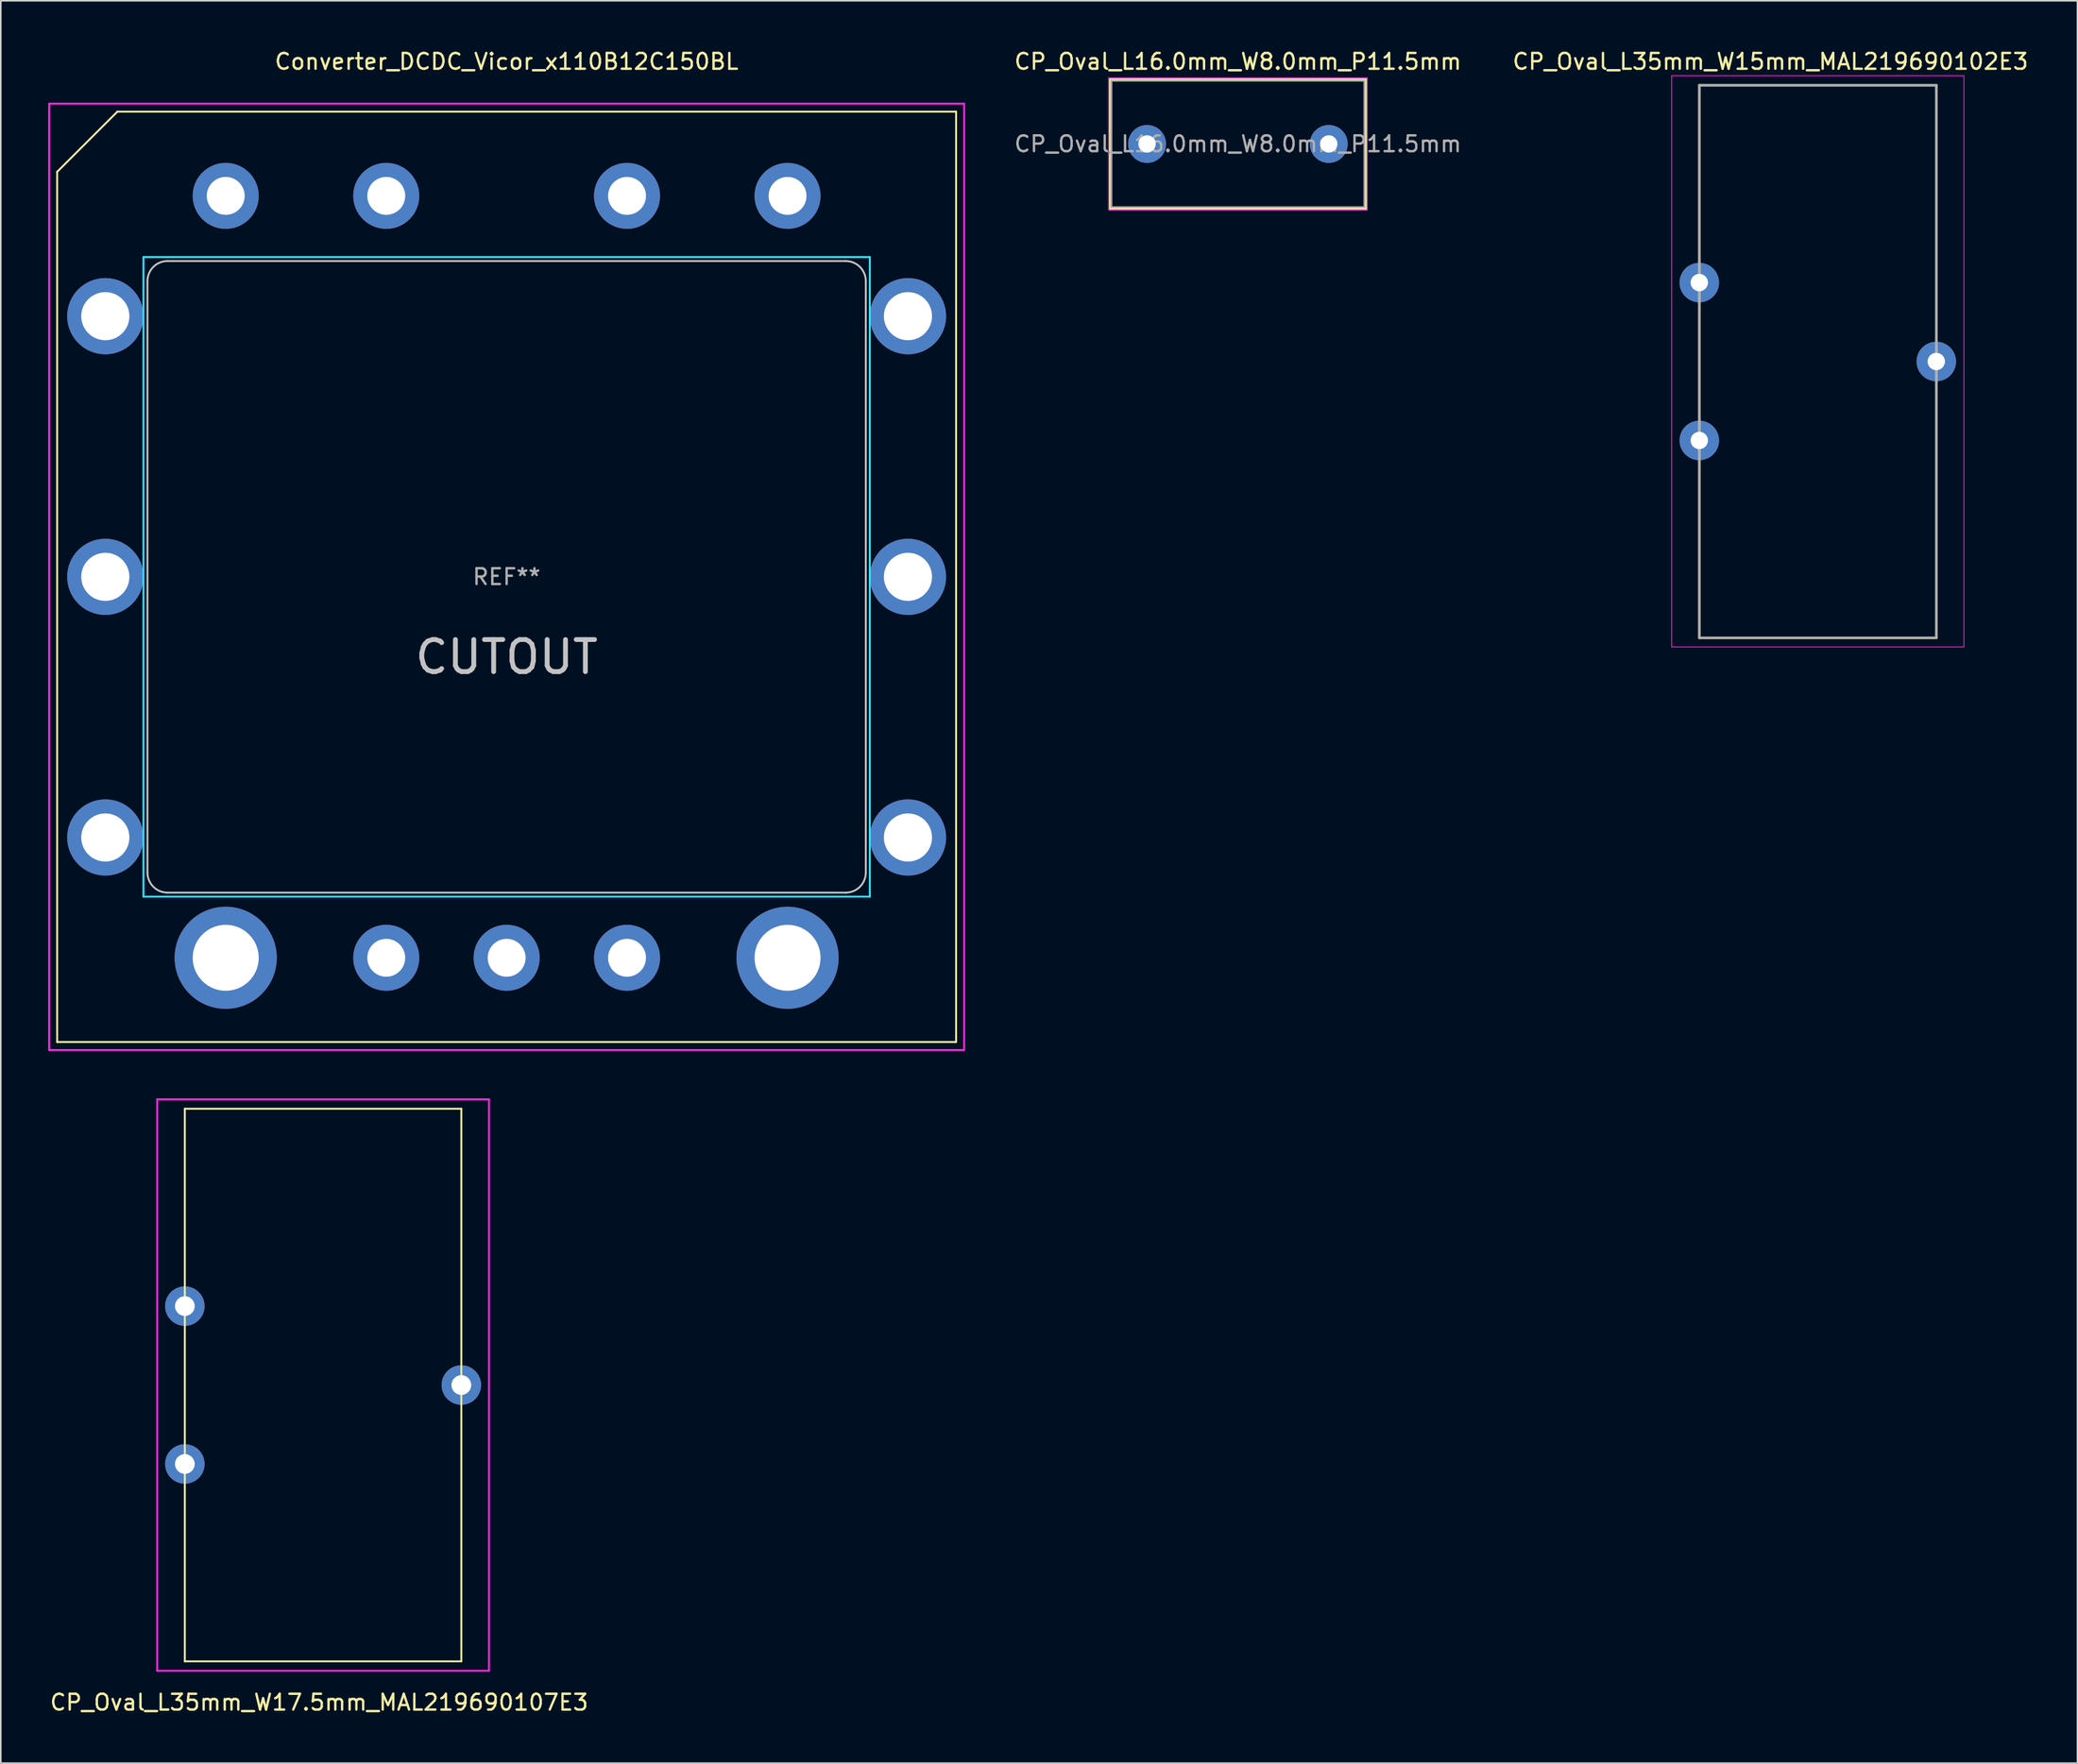
<source format=kicad_pcb>
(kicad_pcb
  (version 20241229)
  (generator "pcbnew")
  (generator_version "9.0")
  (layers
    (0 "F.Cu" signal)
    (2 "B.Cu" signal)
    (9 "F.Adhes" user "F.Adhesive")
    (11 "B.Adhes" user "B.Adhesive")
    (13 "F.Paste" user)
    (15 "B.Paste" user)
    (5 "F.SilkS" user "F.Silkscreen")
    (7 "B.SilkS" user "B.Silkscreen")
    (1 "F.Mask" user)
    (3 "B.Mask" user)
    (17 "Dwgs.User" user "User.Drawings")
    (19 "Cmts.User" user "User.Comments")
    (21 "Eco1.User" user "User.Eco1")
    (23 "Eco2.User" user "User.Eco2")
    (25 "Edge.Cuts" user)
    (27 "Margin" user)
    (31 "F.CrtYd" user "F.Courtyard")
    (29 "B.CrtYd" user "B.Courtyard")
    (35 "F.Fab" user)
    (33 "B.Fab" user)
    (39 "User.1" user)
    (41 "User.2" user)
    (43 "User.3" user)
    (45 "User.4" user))
  (footprint "CP_Oval_L16.0mm_W8.0mm_P11.5mm"
    (layer "F.Cu")
    (at 75.3 6.068)
    (property "Reference" "CP_Oval_L16.0mm_W8.0mm_P11.5mm" (at 0 -5.22 0) (layer "F.SilkS") (effects (font (size 1 1) (thickness 0.15))))
    (attr through_hole)
    (fp_line (start -8.102 -4.102) (end -8.102 4.102) (stroke (width 0.12) (type solid)) (layer "F.SilkS"))
    (fp_line (start -8.102 -4.102) (end 8.104 -4.102) (stroke (width 0.12) (type solid)) (layer "F.SilkS"))
    (fp_line (start -8.102 4.102) (end 8.104 4.102) (stroke (width 0.12) (type solid)) (layer "F.SilkS"))
    (fp_line (start 8.104 -4.102) (end 8.104 4.102) (stroke (width 0.12) (type solid)) (layer "F.SilkS"))
    (fp_line (start -8.191 -4.191) (end -8.191 4.191) (stroke (width 0.05) (type solid)) (layer "F.CrtYd"))
    (fp_line (start -8.191 4.191) (end 8.191 4.191) (stroke (width 0.05) (type solid)) (layer "F.CrtYd"))
    (fp_line (start 8.191 4.191) (end 8.191 -4.191) (stroke (width 0.05) (type solid)) (layer "F.CrtYd"))
    (fp_line (start 8.193 -4.191) (end -8.191 -4.191) (stroke (width 0.05) (type solid)) (layer "F.CrtYd"))
    (fp_line (start -8 -4) (end -8 4) (stroke (width 0.1) (type solid)) (layer "F.Fab"))
    (fp_line (start -8 -4) (end 8 -4) (stroke (width 0.1) (type solid)) (layer "F.Fab"))
    (fp_line (start -8 4) (end 8 4) (stroke (width 0.1) (type solid)) (layer "F.Fab"))
    (fp_line (start 8 4) (end 8 -4) (stroke (width 0.1) (type solid)) (layer "F.Fab"))
    (fp_text user "${REFERENCE}" (at 0 0 0) (layer "F.Fab") (effects (font (size 1 1) (thickness 0.15))))
    (pad "1" thru_hole circle (at -5.75 0) (size 2.4 2.4) (drill 1.1) (layers "*.Cu" "*.Mask"))
    (pad "2" thru_hole circle (at 5.75 0) (size 2.4 2.4) (drill 1.1) (layers "*.Cu" "*.Mask")))
  (footprint "CP_Oval_L35mm_W15mm_MAL219690102E3"
    (layer "F.Cu")
    (at 109.002 0.348)
    (property "Reference" "CP_Oval_L35mm_W15mm_MAL219690102E3" (at 0 0.5 0) (layer "F.SilkS") (effects (font (size 1 1) (thickness 0.15))))
    (attr through_hole)
    (fp_line (start -4.5 2) (end -4.5 37) (stroke (width 0.15) (type solid)) (layer "F.SilkS"))
    (fp_line (start -4.5 37) (end 10.5 37) (stroke (width 0.15) (type solid)) (layer "F.SilkS"))
    (fp_line (start 10.5 2) (end -4.5 2) (stroke (width 0.15) (type solid)) (layer "F.SilkS"))
    (fp_line (start 10.5 2) (end 10.5 37) (stroke (width 0.15) (type solid)) (layer "F.SilkS"))
    (fp_line (start -6.25 1.395) (end -6.25 37.58) (stroke (width 0.05) (type solid)) (layer "F.CrtYd"))
    (fp_line (start 12.25 1.395) (end -6.25 1.395) (stroke (width 0.05) (type solid)) (layer "F.CrtYd"))
    (fp_line (start 12.25 1.395) (end 12.25 37.58) (stroke (width 0.05) (type solid)) (layer "F.CrtYd"))
    (fp_line (start 12.25 37.58) (end -6.25 37.58) (stroke (width 0.05) (type solid)) (layer "F.CrtYd"))
    (fp_line (start -4.5 2) (end -4.5 37) (stroke (width 0.15) (type solid)) (layer "F.Fab"))
    (fp_line (start 10.5 2) (end -4.5 2) (stroke (width 0.15) (type solid)) (layer "F.Fab"))
    (fp_line (start 10.5 2) (end 10.5 37) (stroke (width 0.15) (type solid)) (layer "F.Fab"))
    (fp_line (start 10.5 37) (end -4.5 37) (stroke (width 0.15) (type solid)) (layer "F.Fab"))
    (pad "1" thru_hole circle (at 10.5 19.5) (size 2.5 2.5) (drill 1.1) (layers "*.Cu" "*.Mask"))
    (pad "2" thru_hole circle (at -4.5 14.5) (size 2.5 2.5) (drill 1.1) (layers "*.Cu" "*.Mask"))
    (pad "3" thru_hole circle (at -4.5 24.5) (size 2.5 2.5) (drill 1.1) (layers "*.Cu" "*.Mask")))
  (footprint "CP_Oval_L35mm_W17.5mm_MAL219690107E3"
    (layer "F.Cu")
    (at 26.149 84.679)
    (property "Reference" "CP_Oval_L35mm_W17.5mm_MAL219690107E3" (at -9 20.1 0) (layer "F.SilkS") (effects (font (size 1 1) (thickness 0.15))))
    (attr through_hole)
    (fp_line (start -17.5 -17.5) (end 0 -17.5) (stroke (width 0.12) (type solid)) (layer "F.SilkS"))
    (fp_line (start -17.5 17.5) (end -17.5 -17.5) (stroke (width 0.12) (type solid)) (layer "F.SilkS"))
    (fp_line (start 0 -17.5) (end 0 17.5) (stroke (width 0.12) (type solid)) (layer "F.SilkS"))
    (fp_line (start 0 17.5) (end -17.5 17.5) (stroke (width 0.12) (type solid)) (layer "F.SilkS"))
    (fp_line (start -19.25 -18.1) (end -19.25 18.1) (stroke (width 0.12) (type solid)) (layer "F.CrtYd"))
    (fp_line (start 1.75 -18.1) (end -19.25 -18.1) (stroke (width 0.12) (type solid)) (layer "F.CrtYd"))
    (fp_line (start 1.75 -18.1) (end 1.75 18.1) (stroke (width 0.12) (type solid)) (layer "F.CrtYd"))
    (fp_line (start 1.75 18.1) (end -19.25 18.1) (stroke (width 0.12) (type solid)) (layer "F.CrtYd"))
    (pad "1" thru_hole circle (at 0 0) (size 2.5 2.5) (drill 1.25) (layers "*.Cu" "*.Mask"))
    (pad "2" thru_hole circle (at -17.5 -5) (size 2.5 2.5) (drill 1.25) (layers "*.Cu" "*.Mask"))
    (pad "2" thru_hole circle (at -17.5 5) (size 2.5 2.5) (drill 1.25) (layers "*.Cu" "*.Mask")))
  (footprint "Converter_DCDC_Vicor_x110B12C150BL"
    (layer "F.Cu")
    (at 29.016 33.487)
    (property "Reference" "Converter_DCDC_Vicor_x110B12C150BL" (at 0 -32.639 0) (layer "F.SilkS") (effects (font (size 1 1) (thickness 0.15))))
    (attr through_hole)
    (fp_line (start -28.448 -25.654) (end -28.448 29.464) (stroke (width 0.12) (type solid)) (layer "F.SilkS"))
    (fp_line (start -28.448 -25.654) (end -24.638 -29.464) (stroke (width 0.12) (type solid)) (layer "F.SilkS"))
    (fp_line (start -28.448 29.464) (end 28.448 29.464) (stroke (width 0.12) (type solid)) (layer "F.SilkS"))
    (fp_line (start -24.638 -29.464) (end 28.448 -29.464) (stroke (width 0.12) (type solid)) (layer "F.SilkS"))
    (fp_line (start 28.448 -29.464) (end 28.448 29.464) (stroke (width 0.12) (type solid)) (layer "F.SilkS"))
    (fp_line (start -22.733 18.733) (end -22.733 -18.733) (stroke (width 0.12) (type solid)) (layer "Dwgs.User"))
    (fp_line (start -21.463 -20.003) (end 21.463 -20.003) (stroke (width 0.12) (type solid)) (layer "Dwgs.User"))
    (fp_line (start 21.463 20.003) (end -21.463 20.003) (stroke (width 0.12) (type solid)) (layer "Dwgs.User"))
    (fp_line (start 22.733 -18.733) (end 22.733 18.733) (stroke (width 0.12) (type solid)) (layer "Dwgs.User"))
    (fp_arc (start -22.733 -18.7325) (mid -22.361026 -19.630526) (end -21.463 -20.0025) (stroke (width 0.12) (type solid)) (layer "Dwgs.User"))
    (fp_arc (start -21.463 20.0025) (mid -22.361026 19.630526) (end -22.733 18.7325) (stroke (width 0.12) (type solid)) (layer "Dwgs.User"))
    (fp_arc (start 21.463 -20.0025) (mid 22.361026 -19.630526) (end 22.733 -18.7325) (stroke (width 0.12) (type solid)) (layer "Dwgs.User"))
    (fp_arc (start 22.733 18.7325) (mid 22.361026 19.630526) (end 21.463 20.0025) (stroke (width 0.12) (type solid)) (layer "Dwgs.User"))
    (fp_line (start -22.987 -20.256) (end 22.987 -20.256) (stroke (width 0.12) (type solid)) (layer "B.CrtYd"))
    (fp_line (start -22.987 20.256) (end -22.987 -20.256) (stroke (width 0.12) (type solid)) (layer "B.CrtYd"))
    (fp_line (start 22.987 -20.256) (end 22.987 20.256) (stroke (width 0.12) (type solid)) (layer "B.CrtYd"))
    (fp_line (start 22.987 20.256) (end -22.987 20.256) (stroke (width 0.12) (type solid)) (layer "B.CrtYd"))
    (fp_line (start -28.956 -29.972) (end 28.956 -29.972) (stroke (width 0.12) (type solid)) (layer "F.CrtYd"))
    (fp_line (start -28.956 29.972) (end -28.956 -29.972) (stroke (width 0.12) (type solid)) (layer "F.CrtYd"))
    (fp_line (start 28.956 -29.972) (end 28.956 29.972) (stroke (width 0.12) (type solid)) (layer "F.CrtYd"))
    (fp_line (start 28.956 29.972) (end -28.956 29.972) (stroke (width 0.12) (type solid)) (layer "F.CrtYd"))
    (fp_text user "CUTOUT" (at 0 5.08 0) (layer "Dwgs.User") (effects (font (size 2.032 2.032) (thickness 0.305))))
    (fp_text user "REF**" (at 0 0 0) (layer "F.Fab") (effects (font (size 1 1) (thickness 0.15))))
    (pad "1" thru_hole circle (at -17.78 -24.13) (size 4.178 4.178) (drill 2.4) (layers "*.Cu" "*.Mask"))
    (pad "2" thru_hole circle (at -7.62 -24.13) (size 4.178 4.178) (drill 2.4) (layers "*.Cu" "*.Mask"))
    (pad "3" thru_hole circle (at 7.62 -24.13) (size 4.178 4.178) (drill 2.4) (layers "*.Cu" "*.Mask"))
    (pad "4" thru_hole circle (at 17.78 -24.13) (size 4.178 4.178) (drill 2.4) (layers "*.Cu" "*.Mask"))
    (pad "5" thru_hole circle (at 17.78 24.13) (size 6.464 6.464) (drill 4.178) (layers "*.Cu" "*.Mask"))
    (pad "6" thru_hole circle (at 7.62 24.13) (size 4.178 4.178) (drill 2.4) (layers "*.Cu" "*.Mask"))
    (pad "7" thru_hole circle (at 0 24.13) (size 4.178 4.178) (drill 2.4) (layers "*.Cu" "*.Mask"))
    (pad "8" thru_hole circle (at -7.62 24.13) (size 4.178 4.178) (drill 2.4) (layers "*.Cu" "*.Mask"))
    (pad "9" thru_hole circle (at -17.78 24.13) (size 6.464 6.464) (drill 4.178) (layers "*.Cu" "*.Mask"))
    (pad "10" thru_hole circle (at -25.4 -16.51) (size 4.826 4.826) (drill 3.048) (layers "*.Cu" "*.Mask"))
    (pad "11" thru_hole circle (at -25.4 0) (size 4.826 4.826) (drill 3.048) (layers "*.Cu" "*.Mask"))
    (pad "12" thru_hole circle (at -25.4 16.51) (size 4.826 4.826) (drill 3.048) (layers "*.Cu" "*.Mask"))
    (pad "13" thru_hole circle (at 25.4 -16.51) (size 4.826 4.826) (drill 3.048) (layers "*.Cu" "*.Mask"))
    (pad "14" thru_hole circle (at 25.4 0) (size 4.826 4.826) (drill 3.048) (layers "*.Cu" "*.Mask"))
    (pad "15" thru_hole circle (at 25.4 16.51) (size 4.826 4.826) (drill 3.048) (layers "*.Cu" "*.Mask")))
  (gr_rect
    (start -3 -3)
    (end 128.437 108.627)
    (stroke (width 0.1) (type default))
    (fill no)
    (layer "Edge.Cuts")))
</source>
